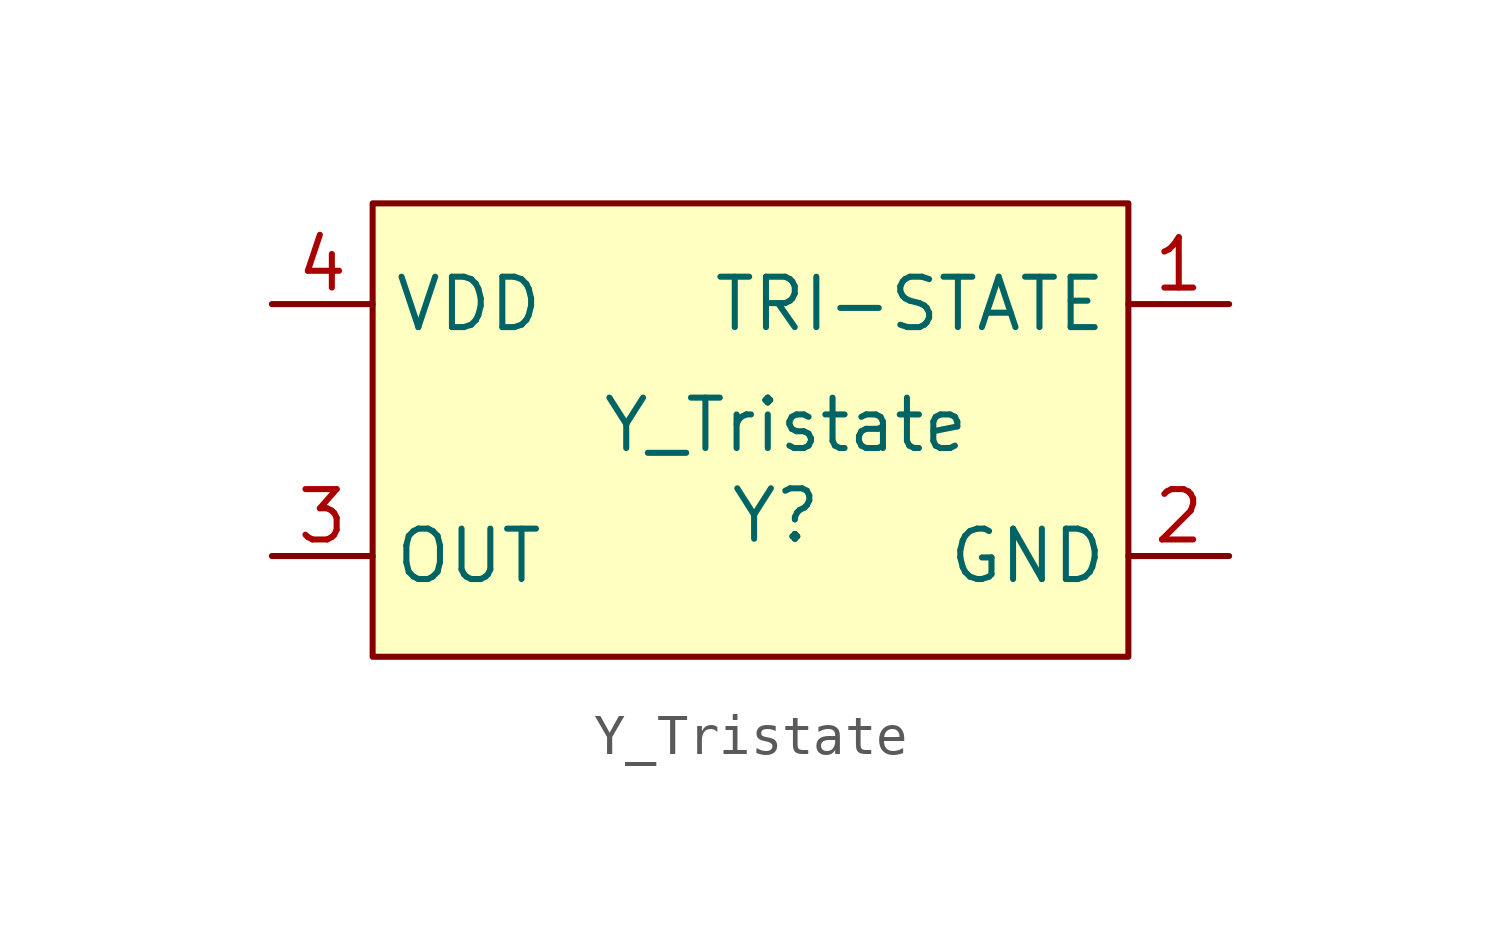
<source format=kicad_sym>
(kicad_symbol_lib
  (version 20231120)
  (generator "kicad_symbol_editor")
  (generator_version "8.0")
  (symbol "Y_Tristate"
    (property "Reference" "Y"
      (at 0 -4.064 0)
      (effects (font (size 1.27 1.27))))
    (property "Value" "Y_Tristate"
      (at 0.254 -1.778 0)
      (effects (font (size 1.27 1.27))))
    (symbol "Y_Tristate_1_1"
      (rectangle (start -10.16 3.81) (end 8.89 -7.62) (stroke (width 0) (type default)) (fill (type background)))
      (pin input line (at 11.43 1.27 180) (length 2.54) (name "TRI-STATE" (effects (font (size 1.27 1.27)))) (number "1" (effects (font (size 1.27 1.27)))))
      (pin input line (at 11.43 -5.08 180) (length 2.54) (name "GND" (effects (font (size 1.27 1.27)))) (number "2" (effects (font (size 1.27 1.27)))))
      (pin input line (at -12.7 -5.08 0) (length 2.54) (name "OUT" (effects (font (size 1.27 1.27)))) (number "3" (effects (font (size 1.27 1.27)))))
      (pin input line (at -12.7 1.27 0) (length 2.54) (name "VDD" (effects (font (size 1.27 1.27)))) (number "4" (effects (font (size 1.27 1.27))))))))
</source>
